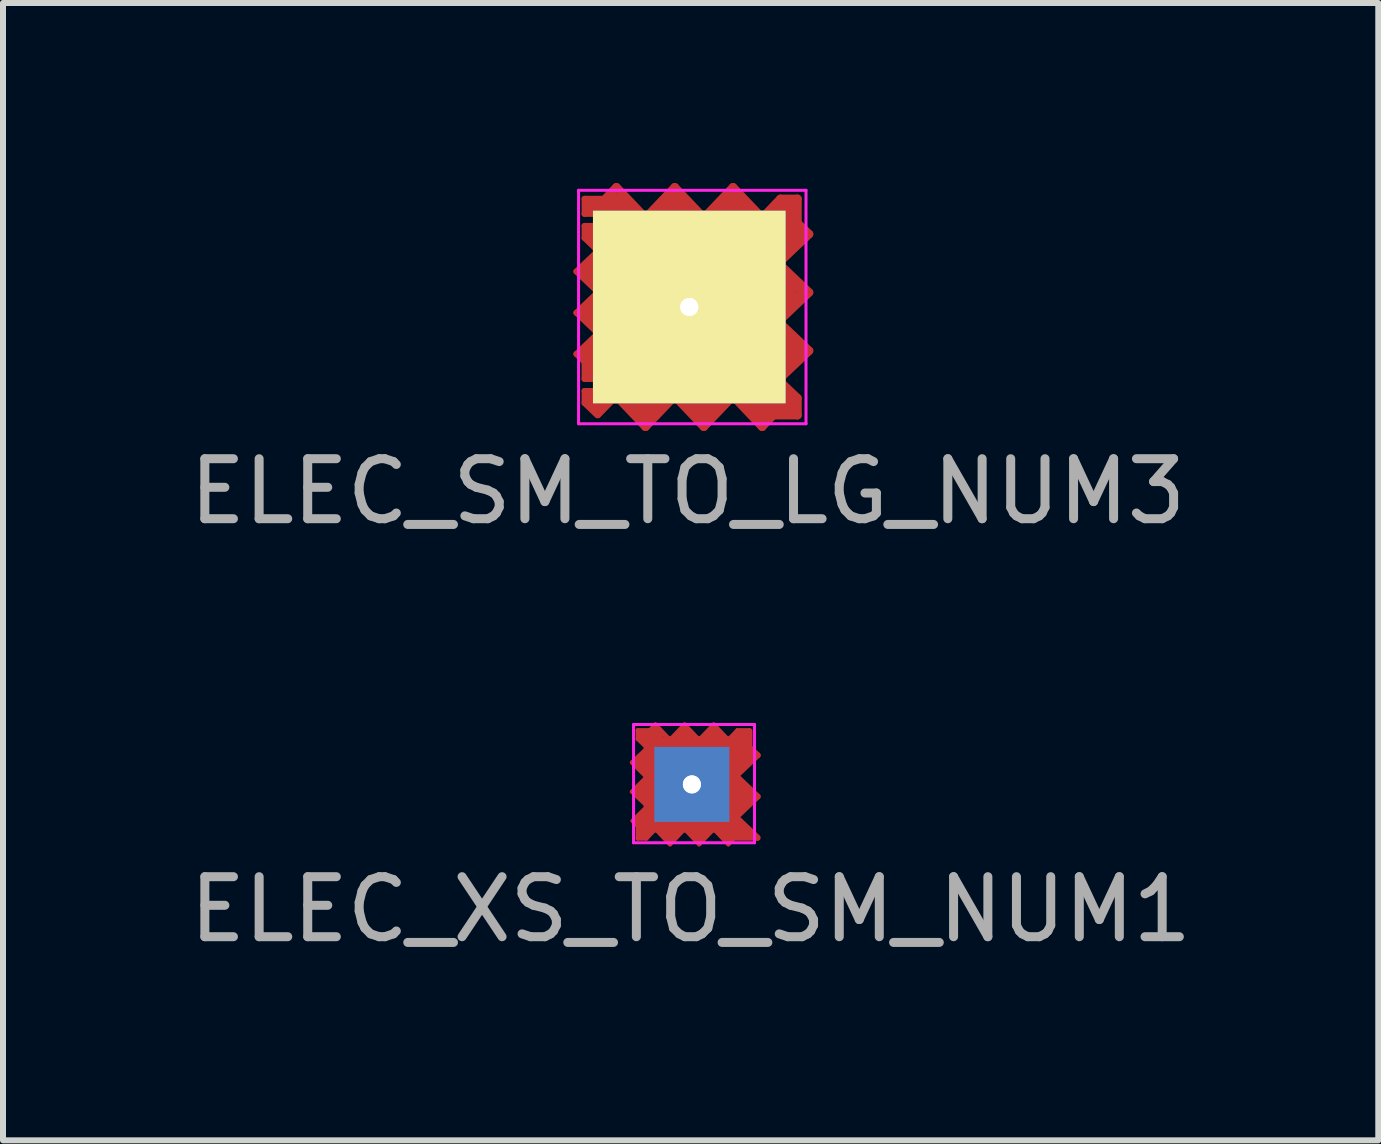
<source format=kicad_pcb>
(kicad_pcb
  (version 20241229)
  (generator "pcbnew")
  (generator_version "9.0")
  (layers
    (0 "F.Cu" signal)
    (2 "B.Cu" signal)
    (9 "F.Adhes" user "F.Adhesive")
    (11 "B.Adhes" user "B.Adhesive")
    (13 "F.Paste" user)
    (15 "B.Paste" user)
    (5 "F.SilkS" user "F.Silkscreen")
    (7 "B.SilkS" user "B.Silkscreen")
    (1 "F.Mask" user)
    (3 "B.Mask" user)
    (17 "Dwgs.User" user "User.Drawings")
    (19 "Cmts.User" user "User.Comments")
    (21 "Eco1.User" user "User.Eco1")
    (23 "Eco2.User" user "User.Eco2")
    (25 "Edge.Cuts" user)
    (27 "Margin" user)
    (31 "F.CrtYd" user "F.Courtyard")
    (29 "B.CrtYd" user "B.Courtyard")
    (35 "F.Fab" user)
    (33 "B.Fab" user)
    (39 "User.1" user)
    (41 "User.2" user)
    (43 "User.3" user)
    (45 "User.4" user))
  (footprint "ELEC_SM_TO_LG_NUM3"
    (layer "F.Cu")
    (at 8.436 2.066)
    (property "Reference" "ELEC_SM_TO_LG_NUM3" (at -0.025 3.073 0) (layer "F.Fab") (effects (font (size 1 1) (thickness 0.15))))
    (attr through_hole)
    (fp_line (start -1.881 -0.592) (end -1.521 -0.935) (stroke (width 0.1) (type solid)) (layer "F.Cu"))
    (fp_line (start -1.881 0.096) (end -1.521 -0.248) (stroke (width 0.1) (type solid)) (layer "F.Cu"))
    (fp_line (start -1.881 0.783) (end -1.745 0.913) (stroke (width 0.1) (type solid)) (layer "F.Cu"))
    (fp_line (start -1.881 0.783) (end -1.521 0.44) (stroke (width 0.1) (type solid)) (layer "F.Cu"))
    (fp_line (start -1.803 -0.584) (end -1.702 -0.66) (stroke (width 0.12) (type solid)) (layer "F.Cu"))
    (fp_line (start -1.803 0.102) (end -1.676 0.025) (stroke (width 0.12) (type solid)) (layer "F.Cu"))
    (fp_line (start -1.778 0.762) (end -1.727 0.864) (stroke (width 0.12) (type solid)) (layer "F.Cu"))
    (fp_line (start -1.745 -1.803) (end -1.745 -1.552) (stroke (width 0.1) (type solid)) (layer "F.Cu"))
    (fp_line (start -1.745 -1.803) (end -1.399 -1.803) (stroke (width 0.1) (type solid)) (layer "F.Cu"))
    (fp_line (start -1.745 -1.552) (end -1.544 -1.552) (stroke (width 0.1) (type solid)) (layer "F.Cu"))
    (fp_line (start -1.745 -1.351) (end -1.544 -1.351) (stroke (width 0.1) (type solid)) (layer "F.Cu"))
    (fp_line (start -1.745 -1.151) (end -1.745 -1.351) (stroke (width 0.1) (type solid)) (layer "F.Cu"))
    (fp_line (start -1.745 -1.151) (end -1.521 -0.935) (stroke (width 0.1) (type solid)) (layer "F.Cu"))
    (fp_line (start -1.745 0.913) (end -1.745 1.199) (stroke (width 0.1) (type solid)) (layer "F.Cu"))
    (fp_line (start -1.745 1.199) (end -1.544 1.199) (stroke (width 0.1) (type solid)) (layer "F.Cu"))
    (fp_line (start -1.745 1.399) (end -1.544 1.399) (stroke (width 0.1) (type solid)) (layer "F.Cu"))
    (fp_line (start -1.745 1.6) (end -1.745 1.399) (stroke (width 0.1) (type solid)) (layer "F.Cu"))
    (fp_line (start -1.745 1.6) (end -1.534 1.803) (stroke (width 0.1) (type solid)) (layer "F.Cu"))
    (fp_line (start -1.676 -1.753) (end -1.067 -1.753) (stroke (width 0.12) (type solid)) (layer "F.Cu"))
    (fp_line (start -1.676 -1.651) (end -1.676 -1.753) (stroke (width 0.12) (type solid)) (layer "F.Cu"))
    (fp_line (start -1.651 -1.295) (end -1.651 -1.118) (stroke (width 0.12) (type solid)) (layer "F.Cu"))
    (fp_line (start -1.651 -0.762) (end -1.651 -0.432) (stroke (width 0.12) (type solid)) (layer "F.Cu"))
    (fp_line (start -1.651 -0.432) (end -1.803 -0.584) (stroke (width 0.12) (type solid)) (layer "F.Cu"))
    (fp_line (start -1.651 -0.076) (end -1.651 0.254) (stroke (width 0.12) (type solid)) (layer "F.Cu"))
    (fp_line (start -1.651 0.254) (end -1.803 0.102) (stroke (width 0.12) (type solid)) (layer "F.Cu"))
    (fp_line (start -1.651 0.61) (end -1.778 0.762) (stroke (width 0.12) (type solid)) (layer "F.Cu"))
    (fp_line (start -1.651 1.118) (end -1.651 0.61) (stroke (width 0.12) (type solid)) (layer "F.Cu"))
    (fp_line (start -1.651 1.448) (end -1.651 1.626) (stroke (width 0.12) (type solid)) (layer "F.Cu"))
    (fp_line (start -1.651 1.626) (end -1.422 1.626) (stroke (width 0.12) (type solid)) (layer "F.Cu"))
    (fp_line (start -1.521 -0.248) (end -1.881 -0.592) (stroke (width 0.1) (type solid)) (layer "F.Cu"))
    (fp_line (start -1.521 0.44) (end -1.881 0.096) (stroke (width 0.1) (type solid)) (layer "F.Cu"))
    (fp_line (start -1.422 1.626) (end -1.549 1.702) (stroke (width 0.12) (type solid)) (layer "F.Cu"))
    (fp_line (start -1.215 -1.996) (end -1.399 -1.803) (stroke (width 0.141) (type solid)) (layer "F.Cu"))
    (fp_line (start -1.215 1.486) (end -1.519 1.803) (stroke (width 0.1) (type solid)) (layer "F.Cu"))
    (fp_line (start -1.067 -1.753) (end -1.27 -1.854) (stroke (width 0.12) (type solid)) (layer "F.Cu"))
    (fp_line (start -1.001 1.638) (end -0.495 1.638) (stroke (width 0.12) (type solid)) (layer "F.Cu"))
    (fp_line (start -0.965 -1.651) (end -1.676 -1.651) (stroke (width 0.12) (type solid)) (layer "F.Cu"))
    (fp_line (start -0.876 1.712) (end -0.688 1.722) (stroke (width 0.12) (type solid)) (layer "F.Cu"))
    (fp_line (start -0.729 1.996) (end -1.215 1.486) (stroke (width 0.141) (type solid)) (layer "F.Cu"))
    (fp_line (start -0.729 1.841) (end -0.876 1.712) (stroke (width 0.12) (type solid)) (layer "F.Cu"))
    (fp_line (start -0.729 -1.486) (end -1.214 -1.996) (stroke (width 0.141) (type solid)) (layer "F.Cu"))
    (fp_line (start -0.513 -1.646) (end 0.003 -1.646) (stroke (width 0.12) (type solid)) (layer "F.Cu"))
    (fp_line (start -0.495 1.638) (end -0.729 1.841) (stroke (width 0.12) (type solid)) (layer "F.Cu"))
    (fp_line (start -0.406 -1.74) (end -0.17 -1.75) (stroke (width 0.12) (type solid)) (layer "F.Cu"))
    (fp_line (start -0.249 -1.88) (end -0.406 -1.74) (stroke (width 0.12) (type solid)) (layer "F.Cu"))
    (fp_line (start -0.243 1.486) (end -0.729 1.996) (stroke (width 0.141) (type solid)) (layer "F.Cu"))
    (fp_line (start -0.242 -1.996) (end -0.729 -1.486) (stroke (width 0.141) (type solid)) (layer "F.Cu"))
    (fp_line (start -0.025 1.646) (end 0.48 1.648) (stroke (width 0.12) (type solid)) (layer "F.Cu"))
    (fp_line (start 0.003 -1.646) (end -0.249 -1.88) (stroke (width 0.12) (type solid)) (layer "F.Cu"))
    (fp_line (start 0.104 1.73) (end 0.287 1.714) (stroke (width 0.12) (type solid)) (layer "F.Cu"))
    (fp_line (start 0.241 1.836) (end 0.104 1.73) (stroke (width 0.12) (type solid)) (layer "F.Cu"))
    (fp_line (start 0.242 1.996) (end -0.243 1.486) (stroke (width 0.141) (type solid)) (layer "F.Cu"))
    (fp_line (start 0.243 -1.486) (end -0.242 -1.996) (stroke (width 0.141) (type solid)) (layer "F.Cu"))
    (fp_line (start 0.462 -1.643) (end 0.993 -1.643) (stroke (width 0.12) (type solid)) (layer "F.Cu"))
    (fp_line (start 0.48 1.648) (end 0.241 1.836) (stroke (width 0.12) (type solid)) (layer "F.Cu"))
    (fp_line (start 0.572 -1.732) (end 0.81 -1.745) (stroke (width 0.12) (type solid)) (layer "F.Cu"))
    (fp_line (start 0.729 1.486) (end 0.242 1.996) (stroke (width 0.141) (type solid)) (layer "F.Cu"))
    (fp_line (start 0.729 -1.862) (end 0.572 -1.732) (stroke (width 0.12) (type solid)) (layer "F.Cu"))
    (fp_line (start 0.729 -1.996) (end 0.243 -1.486) (stroke (width 0.141) (type solid)) (layer "F.Cu"))
    (fp_line (start 0.968 1.643) (end 1.384 1.646) (stroke (width 0.12) (type solid)) (layer "F.Cu"))
    (fp_line (start 0.993 -1.643) (end 0.729 -1.862) (stroke (width 0.12) (type solid)) (layer "F.Cu"))
    (fp_line (start 1.069 1.714) (end 1.227 1.709) (stroke (width 0.12) (type solid)) (layer "F.Cu"))
    (fp_line (start 1.214 1.996) (end 0.729 1.486) (stroke (width 0.141) (type solid)) (layer "F.Cu"))
    (fp_line (start 1.215 -1.486) (end 0.729 -1.996) (stroke (width 0.141) (type solid)) (layer "F.Cu"))
    (fp_line (start 1.219 1.834) (end 1.069 1.714) (stroke (width 0.12) (type solid)) (layer "F.Cu"))
    (fp_line (start 1.384 1.646) (end 1.219 1.834) (stroke (width 0.12) (type solid)) (layer "F.Cu"))
    (fp_line (start 1.398 1.803) (end 1.214 1.996) (stroke (width 0.141) (type solid)) (layer "F.Cu"))
    (fp_line (start 1.399 1.803) (end 1.803 1.803) (stroke (width 0.141) (type solid)) (layer "F.Cu"))
    (fp_line (start 1.4 1.692) (end 1.704 1.692) (stroke (width 0.12) (type solid)) (layer "F.Cu"))
    (fp_line (start 1.473 -1.615) (end 1.56 -1.697) (stroke (width 0.12) (type solid)) (layer "F.Cu"))
    (fp_line (start 1.486 -0.729) (end 1.996 -0.243) (stroke (width 0.141) (type solid)) (layer "F.Cu"))
    (fp_line (start 1.486 0.243) (end 1.996 0.729) (stroke (width 0.141) (type solid)) (layer "F.Cu"))
    (fp_line (start 1.486 1.215) (end 1.803 1.519) (stroke (width 0.141) (type solid)) (layer "F.Cu"))
    (fp_line (start 1.519 -1.803) (end 1.215 -1.486) (stroke (width 0.141) (type solid)) (layer "F.Cu"))
    (fp_line (start 1.56 -1.697) (end 1.702 -1.694) (stroke (width 0.12) (type solid)) (layer "F.Cu"))
    (fp_line (start 1.628 -1.377) (end 1.877 -1.224) (stroke (width 0.12) (type solid)) (layer "F.Cu"))
    (fp_line (start 1.628 -0.993) (end 1.628 -1.377) (stroke (width 0.12) (type solid)) (layer "F.Cu"))
    (fp_line (start 1.628 0.953) (end 1.872 0.724) (stroke (width 0.12) (type solid)) (layer "F.Cu"))
    (fp_line (start 1.628 1.463) (end 1.628 1.605) (stroke (width 0.12) (type solid)) (layer "F.Cu"))
    (fp_line (start 1.628 1.605) (end 1.443 1.6) (stroke (width 0.12) (type solid)) (layer "F.Cu"))
    (fp_line (start 1.633 0.488) (end 1.628 0.953) (stroke (width 0.12) (type solid)) (layer "F.Cu"))
    (fp_line (start 1.636 -1.613) (end 1.473 -1.615) (stroke (width 0.12) (type solid)) (layer "F.Cu"))
    (fp_line (start 1.636 -1.44) (end 1.636 -1.613) (stroke (width 0.12) (type solid)) (layer "F.Cu"))
    (fp_line (start 1.643 -0.475) (end 1.643 -0.005) (stroke (width 0.12) (type solid)) (layer "F.Cu"))
    (fp_line (start 1.643 -0.005) (end 1.857 -0.246) (stroke (width 0.12) (type solid)) (layer "F.Cu"))
    (fp_line (start 1.697 -1.074) (end 1.72 -1.229) (stroke (width 0.12) (type solid)) (layer "F.Cu"))
    (fp_line (start 1.702 -1.694) (end 1.707 -1.427) (stroke (width 0.12) (type solid)) (layer "F.Cu"))
    (fp_line (start 1.704 1.547) (end 1.628 1.463) (stroke (width 0.12) (type solid)) (layer "F.Cu"))
    (fp_line (start 1.704 1.692) (end 1.704 1.547) (stroke (width 0.12) (type solid)) (layer "F.Cu"))
    (fp_line (start 1.712 -0.384) (end 1.714 -0.175) (stroke (width 0.12) (type solid)) (layer "F.Cu"))
    (fp_line (start 1.717 0.579) (end 1.732 0.79) (stroke (width 0.12) (type solid)) (layer "F.Cu"))
    (fp_line (start 1.803 -1.803) (end 1.519 -1.803) (stroke (width 0.141) (type solid)) (layer "F.Cu"))
    (fp_line (start 1.803 -1.803) (end 1.803 -1.399) (stroke (width 0.141) (type solid)) (layer "F.Cu"))
    (fp_line (start 1.803 -1.399) (end 1.996 -1.215) (stroke (width 0.141) (type solid)) (layer "F.Cu"))
    (fp_line (start 1.803 1.803) (end 1.803 1.519) (stroke (width 0.141) (type solid)) (layer "F.Cu"))
    (fp_line (start 1.857 -0.246) (end 1.712 -0.384) (stroke (width 0.12) (type solid)) (layer "F.Cu"))
    (fp_line (start 1.872 0.724) (end 1.717 0.579) (stroke (width 0.12) (type solid)) (layer "F.Cu"))
    (fp_line (start 1.877 -1.224) (end 1.697 -1.074) (stroke (width 0.12) (type solid)) (layer "F.Cu"))
    (fp_line (start 1.996 -1.215) (end 1.486 -0.729) (stroke (width 0.141) (type solid)) (layer "F.Cu"))
    (fp_line (start 1.996 -0.243) (end 1.486 0.243) (stroke (width 0.141) (type solid)) (layer "F.Cu"))
    (fp_line (start 1.996 0.729) (end 1.486 1.215) (stroke (width 0.141) (type solid)) (layer "F.Cu"))
    (fp_line (start -1.845 -1.945) (end -1.845 1.945) (stroke (width 0.05) (type solid)) (layer "F.CrtYd"))
    (fp_line (start -1.845 -1.945) (end 1.945 -1.945) (stroke (width 0.05) (type solid)) (layer "F.CrtYd"))
    (fp_line (start -1.845 1.945) (end 1.945 1.945) (stroke (width 0.05) (type solid)) (layer "F.CrtYd"))
    (fp_line (start 1.945 -1.945) (end 1.945 1.945) (stroke (width 0.05) (type solid)) (layer "F.CrtYd"))
    (pad "1" thru_hole circle (at 0 0) (size 0.605 0.605) (drill 0.3) (layers "*.Cu" "*.Mask" "F.SilkS"))
    (pad "1" thru_hole rect (at 0 0) (size 3.21 3.21) (drill 0.3) (layers "F.Cu" "F.Mask" "F.SilkS")))
  (footprint "ELEC_XS_TO_SM_NUM1"
    (layer "F.Cu")
    (at 8.479 10.021)
    (property "Reference" "ELEC_XS_TO_SM_NUM1" (at -0.02 2.083 0) (layer "F.Fab") (effects (font (size 1 1) (thickness 0.15))))
    (attr through_hole)
    (fp_line (start -0.998 -0.365) (end -0.755 -0.122) (stroke (width 0.071) (type solid)) (layer "F.Cu"))
    (fp_line (start -0.998 0.121) (end -0.743 0.364) (stroke (width 0.071) (type solid)) (layer "F.Cu"))
    (fp_line (start -0.902 -0.759) (end -0.743 -0.607) (stroke (width 0.071) (type solid)) (layer "F.Cu"))
    (fp_line (start -0.902 -0.902) (end -0.902 -0.759) (stroke (width 0.071) (type solid)) (layer "F.Cu"))
    (fp_line (start -0.902 -0.902) (end -0.699 -0.902) (stroke (width 0.071) (type solid)) (layer "F.Cu"))
    (fp_line (start -0.902 0.698) (end -0.986 0.607) (stroke (width 0.071) (type solid)) (layer "F.Cu"))
    (fp_line (start -0.902 0.902) (end -0.902 0.699) (stroke (width 0.071) (type solid)) (layer "F.Cu"))
    (fp_line (start -0.902 0.902) (end -0.759 0.902) (stroke (width 0.071) (type solid)) (layer "F.Cu"))
    (fp_line (start -0.856 -0.851) (end -0.742 -0.851) (stroke (width 0.12) (type solid)) (layer "F.Cu"))
    (fp_line (start -0.843 0.734) (end -0.843 0.831) (stroke (width 0.12) (type solid)) (layer "F.Cu"))
    (fp_line (start -0.843 0.831) (end -0.754 0.831) (stroke (width 0.12) (type solid)) (layer "F.Cu"))
    (fp_line (start -0.841 -0.262) (end -0.912 -0.376) (stroke (width 0.12) (type solid)) (layer "F.Cu"))
    (fp_line (start -0.838 -0.455) (end -0.841 -0.262) (stroke (width 0.12) (type solid)) (layer "F.Cu"))
    (fp_line (start -0.838 0.211) (end -0.909 0.107) (stroke (width 0.12) (type solid)) (layer "F.Cu"))
    (fp_line (start -0.838 0.511) (end -0.836 0.699) (stroke (width 0.12) (type solid)) (layer "F.Cu"))
    (fp_line (start -0.836 0.699) (end -0.907 0.597) (stroke (width 0.12) (type solid)) (layer "F.Cu"))
    (fp_line (start -0.833 0.008) (end -0.838 0.211) (stroke (width 0.12) (type solid)) (layer "F.Cu"))
    (fp_line (start -0.831 -0.843) (end -0.836 -0.757) (stroke (width 0.12) (type solid)) (layer "F.Cu"))
    (fp_line (start -0.755 -0.122) (end -0.998 0.121) (stroke (width 0.071) (type solid)) (layer "F.Cu"))
    (fp_line (start -0.752 0.752) (end -0.752 -0.752) (stroke (width 0.1) (type solid)) (layer "F.Cu"))
    (fp_line (start -0.743 -0.607) (end -0.998 -0.365) (stroke (width 0.071) (type solid)) (layer "F.Cu"))
    (fp_line (start -0.743 0.364) (end -0.986 0.607) (stroke (width 0.071) (type solid)) (layer "F.Cu"))
    (fp_line (start -0.706 -0.846) (end -0.599 -0.917) (stroke (width 0.12) (type solid)) (layer "F.Cu"))
    (fp_line (start -0.66 -0.66) (end 0.686 -0.66) (stroke (width 0.2) (type solid)) (layer "F.Cu"))
    (fp_line (start -0.66 0.635) (end -0.66 -0.635) (stroke (width 0.2) (type solid)) (layer "F.Cu"))
    (fp_line (start -0.608 -0.998) (end -0.699 -0.902) (stroke (width 0.071) (type solid)) (layer "F.Cu"))
    (fp_line (start -0.607 0.743) (end -0.759 0.902) (stroke (width 0.071) (type solid)) (layer "F.Cu"))
    (fp_line (start -0.511 -0.846) (end -0.706 -0.846) (stroke (width 0.12) (type solid)) (layer "F.Cu"))
    (fp_line (start -0.465 0.836) (end -0.262 0.836) (stroke (width 0.12) (type solid)) (layer "F.Cu"))
    (fp_line (start -0.365 -0.743) (end -0.608 -0.998) (stroke (width 0.071) (type solid)) (layer "F.Cu"))
    (fp_line (start -0.364 0.998) (end -0.607 0.743) (stroke (width 0.071) (type solid)) (layer "F.Cu"))
    (fp_line (start -0.262 0.836) (end -0.376 0.904) (stroke (width 0.12) (type solid)) (layer "F.Cu"))
    (fp_line (start -0.216 -0.846) (end -0.114 -0.907) (stroke (width 0.12) (type solid)) (layer "F.Cu"))
    (fp_line (start -0.122 -0.998) (end -0.365 -0.743) (stroke (width 0.071) (type solid)) (layer "F.Cu"))
    (fp_line (start -0.121 0.743) (end -0.364 0.998) (stroke (width 0.071) (type solid)) (layer "F.Cu"))
    (fp_line (start -0.023 -0.846) (end -0.216 -0.846) (stroke (width 0.12) (type solid)) (layer "F.Cu"))
    (fp_line (start 0.033 0.841) (end 0.221 0.841) (stroke (width 0.12) (type solid)) (layer "F.Cu"))
    (fp_line (start 0.121 -0.743) (end -0.122 -0.998) (stroke (width 0.071) (type solid)) (layer "F.Cu"))
    (fp_line (start 0.122 0.998) (end -0.121 0.743) (stroke (width 0.071) (type solid)) (layer "F.Cu"))
    (fp_line (start 0.221 0.841) (end 0.112 0.917) (stroke (width 0.12) (type solid)) (layer "F.Cu"))
    (fp_line (start 0.259 -0.833) (end 0.376 -0.899) (stroke (width 0.12) (type solid)) (layer "F.Cu"))
    (fp_line (start 0.365 -0.998) (end 0.121 -0.743) (stroke (width 0.071) (type solid)) (layer "F.Cu"))
    (fp_line (start 0.365 0.743) (end 0.122 0.998) (stroke (width 0.071) (type solid)) (layer "F.Cu"))
    (fp_line (start 0.47 -0.831) (end 0.259 -0.833) (stroke (width 0.12) (type solid)) (layer "F.Cu"))
    (fp_line (start 0.498 0.838) (end 0.747 0.841) (stroke (width 0.12) (type solid)) (layer "F.Cu"))
    (fp_line (start 0.607 -0.743) (end 0.365 -0.998) (stroke (width 0.071) (type solid)) (layer "F.Cu"))
    (fp_line (start 0.608 0.998) (end 0.365 0.743) (stroke (width 0.071) (type solid)) (layer "F.Cu"))
    (fp_line (start 0.608 0.998) (end 0.699 0.902) (stroke (width 0.071) (type solid)) (layer "F.Cu"))
    (fp_line (start 0.686 -0.66) (end 0.686 0.635) (stroke (width 0.2) (type solid)) (layer "F.Cu"))
    (fp_line (start 0.686 0.635) (end -0.66 0.635) (stroke (width 0.2) (type solid)) (layer "F.Cu"))
    (fp_line (start 0.736 -0.142) (end 1.096 0.202) (stroke (width 0.1) (type solid)) (layer "F.Cu"))
    (fp_line (start 0.736 0.546) (end 1.096 0.889) (stroke (width 0.1) (type solid)) (layer "F.Cu"))
    (fp_line (start 0.747 0.841) (end 0.607 0.897) (stroke (width 0.12) (type solid)) (layer "F.Cu"))
    (fp_line (start 0.752 -0.752) (end -0.752 -0.752) (stroke (width 0.1) (type solid)) (layer "F.Cu"))
    (fp_line (start 0.752 0.752) (end -0.752 0.752) (stroke (width 0.1) (type solid)) (layer "F.Cu"))
    (fp_line (start 0.752 0.752) (end 0.752 -0.752) (stroke (width 0.1) (type solid)) (layer "F.Cu"))
    (fp_line (start 0.759 -0.902) (end 0.607 -0.743) (stroke (width 0.071) (type solid)) (layer "F.Cu"))
    (fp_line (start 0.818 0.704) (end 0.82 0.823) (stroke (width 0.12) (type solid)) (layer "F.Cu"))
    (fp_line (start 0.82 0.823) (end 0.97 0.826) (stroke (width 0.12) (type solid)) (layer "F.Cu"))
    (fp_line (start 0.836 -0.818) (end 0.742 -0.82) (stroke (width 0.12) (type solid)) (layer "F.Cu"))
    (fp_line (start 0.836 -0.671) (end 0.836 -0.818) (stroke (width 0.12) (type solid)) (layer "F.Cu"))
    (fp_line (start 0.841 -0.307) (end 0.843 -0.607) (stroke (width 0.12) (type solid)) (layer "F.Cu"))
    (fp_line (start 0.841 0.033) (end 0.98 0.203) (stroke (width 0.12) (type solid)) (layer "F.Cu"))
    (fp_line (start 0.841 0.366) (end 0.841 0.033) (stroke (width 0.12) (type solid)) (layer "F.Cu"))
    (fp_line (start 0.843 -0.607) (end 0.986 -0.472) (stroke (width 0.12) (type solid)) (layer "F.Cu"))
    (fp_line (start 0.902 -0.638) (end 0.902 -0.826) (stroke (width 0.12) (type solid)) (layer "F.Cu"))
    (fp_line (start 0.96 -0.902) (end 0.759 -0.902) (stroke (width 0.071) (type solid)) (layer "F.Cu"))
    (fp_line (start 0.96 -0.616) (end 0.96 -0.887) (stroke (width 0.1) (type solid)) (layer "F.Cu"))
    (fp_line (start 0.97 0.826) (end 0.876 0.749) (stroke (width 0.12) (type solid)) (layer "F.Cu"))
    (fp_line (start 0.98 0.203) (end 0.889 0.284) (stroke (width 0.12) (type solid)) (layer "F.Cu"))
    (fp_line (start 0.986 -0.472) (end 0.881 -0.376) (stroke (width 0.12) (type solid)) (layer "F.Cu"))
    (fp_line (start 1.096 -0.486) (end 0.736 -0.142) (stroke (width 0.1) (type solid)) (layer "F.Cu"))
    (fp_line (start 1.096 -0.486) (end 0.96 -0.616) (stroke (width 0.1) (type solid)) (layer "F.Cu"))
    (fp_line (start 1.096 0.202) (end 0.736 0.546) (stroke (width 0.1) (type solid)) (layer "F.Cu"))
    (fp_line (start 1.096 0.902) (end 0.699 0.902) (stroke (width 0.071) (type solid)) (layer "F.Cu"))
    (fp_line (start -0.972 -0.998) (end -0.972 0.972) (stroke (width 0.05) (type solid)) (layer "F.CrtYd"))
    (fp_line (start -0.972 -0.998) (end 1.044 -0.998) (stroke (width 0.05) (type solid)) (layer "F.CrtYd"))
    (fp_line (start -0.972 0.972) (end 1.044 0.972) (stroke (width 0.05) (type solid)) (layer "F.CrtYd"))
    (fp_line (start 1.044 -0.998) (end 1.044 0.972) (stroke (width 0.05) (type solid)) (layer "F.CrtYd"))
    (pad "1" thru_hole circle (at 0 0) (size 0.605 0.605) (drill 0.3) (layers "*.Cu" "*.Mask"))
    (pad "1" thru_hole rect (at 0 0) (size 1.25 1.25) (drill 0.3) (layers "F.Cu" "F.Mask")))
  (gr_rect
    (start -3 -3)
    (end 19.917 15.952)
    (stroke (width 0.1) (type default))
    (fill no)
    (layer "Edge.Cuts")))
</source>
